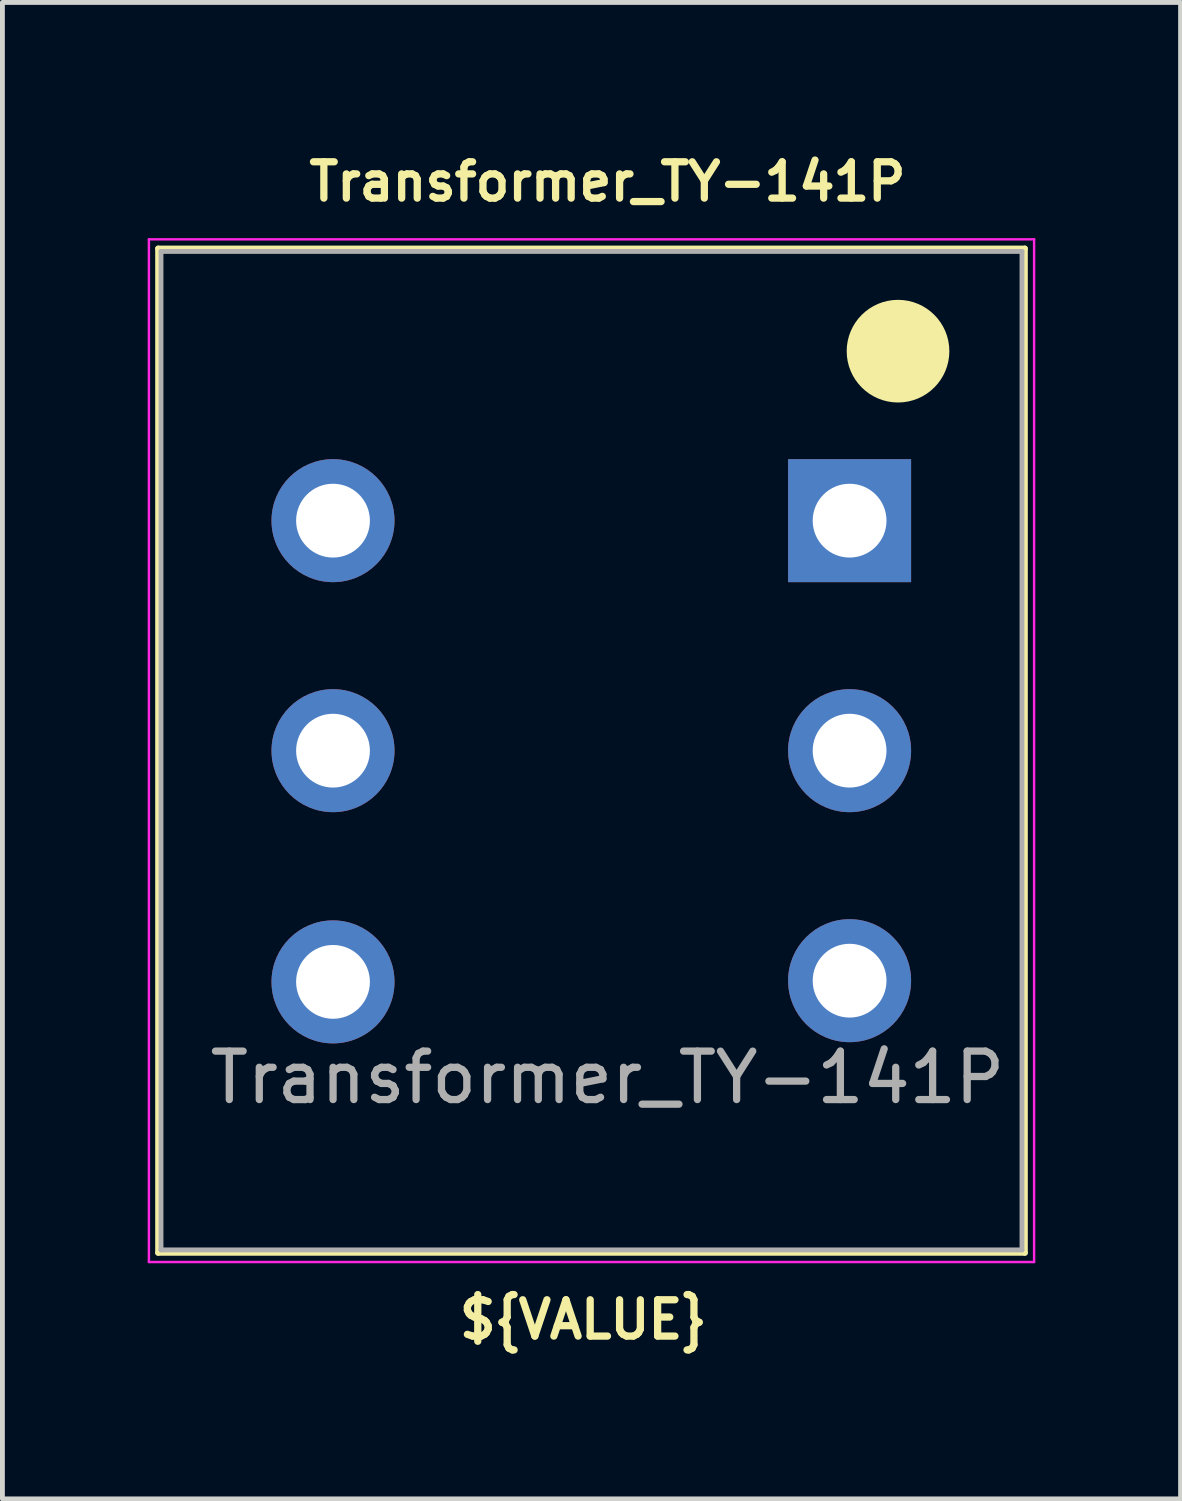
<source format=kicad_pcb>
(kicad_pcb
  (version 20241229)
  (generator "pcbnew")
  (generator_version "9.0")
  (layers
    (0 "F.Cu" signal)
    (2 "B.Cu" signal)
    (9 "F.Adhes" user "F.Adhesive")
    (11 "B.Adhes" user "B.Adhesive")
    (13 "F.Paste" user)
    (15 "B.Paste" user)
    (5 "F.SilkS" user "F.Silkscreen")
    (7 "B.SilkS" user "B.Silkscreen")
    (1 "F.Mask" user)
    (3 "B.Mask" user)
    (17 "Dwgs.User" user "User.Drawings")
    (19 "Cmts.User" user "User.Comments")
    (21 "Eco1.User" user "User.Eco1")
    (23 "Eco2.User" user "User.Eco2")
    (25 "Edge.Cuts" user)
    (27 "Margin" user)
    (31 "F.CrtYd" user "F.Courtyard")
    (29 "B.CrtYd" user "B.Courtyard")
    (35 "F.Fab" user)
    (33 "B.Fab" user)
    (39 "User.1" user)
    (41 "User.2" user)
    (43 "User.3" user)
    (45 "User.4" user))
  (footprint "Transformer_TY-141P"
    (layer "F.Cu")
    (at 14.495 7.702)
    (property "Reference" "Transformer_TY-141P" (at -5 -7 0) (layer "F.SilkS") (effects (font (size 0.75 0.75) (thickness 0.15))))
    (property "Value" "${VALUE}" (at -5.5 13.95 0) (layer "F.Fab") (hide yes) (effects (font (size 1 1) (thickness 0.15))))
    (attr through_hole)
    (fp_line (start -14.28 -5.62) (end 3.62 -5.62) (stroke (width 0.12) (type solid)) (layer "F.SilkS"))
    (fp_line (start -14.28 15.12) (end -14.28 -5.62) (stroke (width 0.12) (type solid)) (layer "F.SilkS"))
    (fp_line (start 3.62 -5.62) (end 3.62 15.12) (stroke (width 0.12) (type solid)) (layer "F.SilkS"))
    (fp_line (start 3.62 15.12) (end -14.28 15.12) (stroke (width 0.12) (type solid)) (layer "F.SilkS"))
    (fp_circle (center 1 -3.5) (end 2 -3.5) (stroke (width 0.12) (type solid)) (fill yes) (layer "F.SilkS"))
    (fp_line (start -14.47 -5.81) (end -14.47 15.31) (stroke (width 0.05) (type solid)) (layer "F.CrtYd"))
    (fp_line (start -14.47 -5.81) (end 3.81 -5.81) (stroke (width 0.05) (type solid)) (layer "F.CrtYd"))
    (fp_line (start 3.81 15.31) (end -14.47 15.31) (stroke (width 0.05) (type solid)) (layer "F.CrtYd"))
    (fp_line (start 3.81 15.31) (end 3.81 -5.81) (stroke (width 0.05) (type solid)) (layer "F.CrtYd"))
    (fp_line (start -14.22 -5.56) (end -14.22 15.06) (stroke (width 0.1) (type solid)) (layer "F.Fab"))
    (fp_line (start -14.22 15.06) (end 3.56 15.06) (stroke (width 0.1) (type solid)) (layer "F.Fab"))
    (fp_line (start 3.56 -5.56) (end -14.22 -5.56) (stroke (width 0.1) (type solid)) (layer "F.Fab"))
    (fp_line (start 3.56 15.06) (end 3.56 -5.56) (stroke (width 0.1) (type solid)) (layer "F.Fab"))
    (fp_text user "${VALUE}" (at -5.5 16.5 0) (layer "F.SilkS") (effects (font (size 0.75 0.75) (thickness 0.15))))
    (fp_text user "${REFERENCE}" (at -5 11.5 0) (layer "F.Fab") (effects (font (size 1 1) (thickness 0.15))))
    (pad "1" thru_hole rect (at 0 0) (size 2.54 2.54) (drill 1.524) (layers "*.Cu" "*.Mask"))
    (pad "2" thru_hole circle (at 0 4.75) (size 2.54 2.54) (drill 1.524) (layers "*.Cu" "*.Mask"))
    (pad "3" thru_hole circle (at 0 9.5) (size 2.54 2.54) (drill 1.524) (layers "*.Cu" "*.Mask"))
    (pad "4" thru_hole circle (at -10.668 9.525) (size 2.54 2.54) (drill 1.524) (layers "*.Cu" "*.Mask"))
    (pad "5" thru_hole circle (at -10.668 4.75) (size 2.54 2.54) (drill 1.524) (layers "*.Cu" "*.Mask"))
    (pad "6" thru_hole circle (at -10.668 0) (size 2.54 2.54) (drill 1.524) (layers "*.Cu" "*.Mask")))
  (gr_rect
    (start -3 -3)
    (end 21.33 27.904)
    (stroke (width 0.1) (type default))
    (fill no)
    (layer "Edge.Cuts")))
</source>
